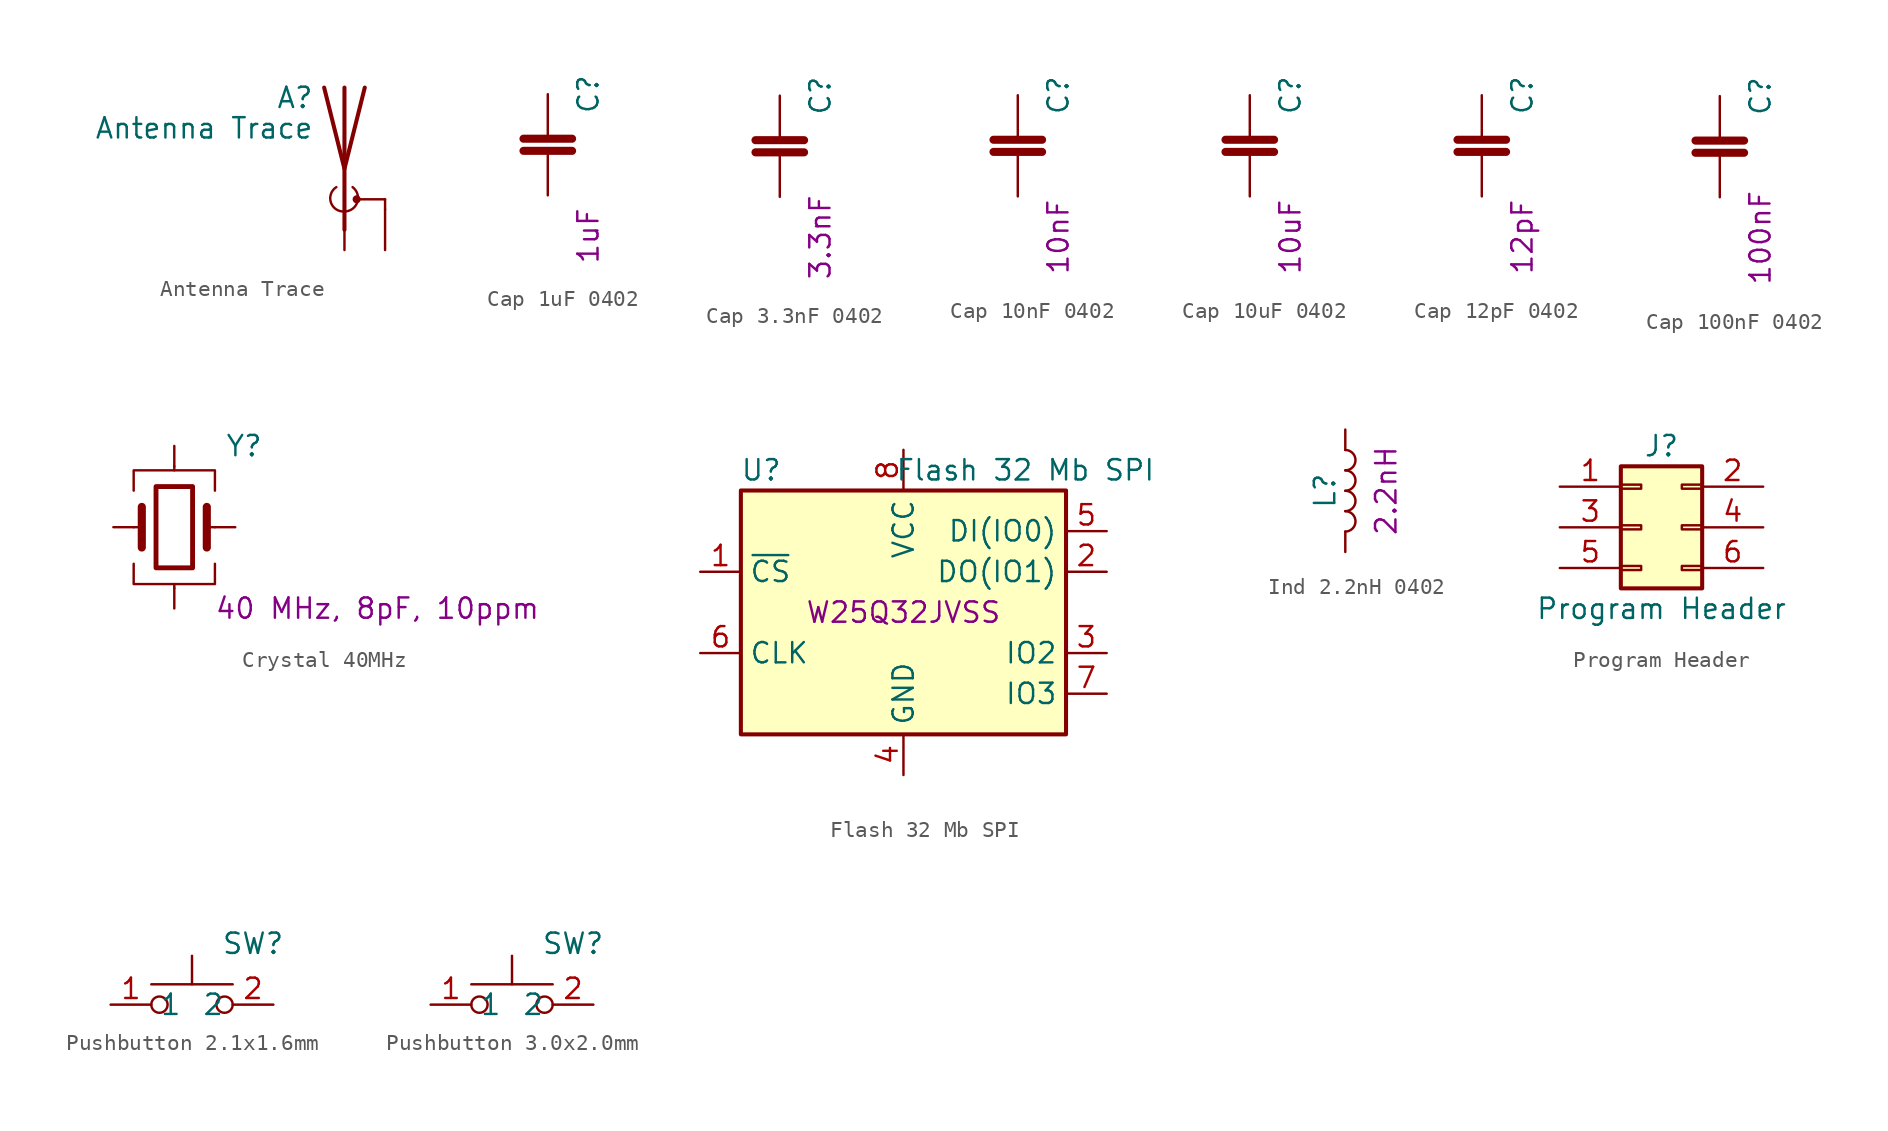
<source format=kicad_sym>
(kicad_symbol_lib
  (version 20211014)
  (generator kicad_symbol_editor)
  (symbol "Antenna Trace"
    (pin_numbers hide)
    (pin_names
      (offset 1.016) hide)
    (property "Reference" "A"
      (at -1.905 4.445 0)
      (effects (font (size 1.27 1.27)) (justify right)))
    (property "Value" "Antenna Trace"
      (at -1.905 2.54 0)
      (effects (font (size 1.27 1.27)) (justify right)))
    (symbol "Antenna Trace_0_1"
      (arc (start -0.508 -1.143) (mid -0.8485 -2.1032) (end 0 -2.667) (stroke (width 0) (type default) (color 0 0 0 0)) (fill (type none)))
      (arc (start 0 -2.667) (mid 0.8047 -2.0885) (end 0.508 -1.143) (stroke (width 0) (type default) (color 0 0 0 0)) (fill (type none)))
      (polyline (pts (xy 0 -2.54) (xy 0 0)) (stroke (width 0) (type default) (color 0 0 0 0)) (fill (type none)))
      (polyline (pts (xy 0 5.08) (xy 0 -3.81)) (stroke (width 0.254) (type default) (color 0 0 0 0)) (fill (type none)))
      (polyline (pts (xy 0.762 -1.905) (xy 2.54 -1.905)) (stroke (width 0) (type default) (color 0 0 0 0)) (fill (type none)))
      (polyline (pts (xy 2.54 -2.54) (xy 2.54 -1.905)) (stroke (width 0) (type default) (color 0 0 0 0)) (fill (type none)))
      (polyline (pts (xy 1.27 5.08) (xy 0 0) (xy -1.27 5.08)) (stroke (width 0.254) (type default) (color 0 0 0 0)) (fill (type none)))
      (circle (center 0.762 -1.905) (radius 0.178) (stroke (width 0) (type default) (color 0 0 0 0)) (fill (type outline))))
    (symbol "Antenna Trace_1_1"
      (pin input line (at 0 -5.08 90) (length 2.54) (name "A" (effects (font (size 1.27 1.27)))) (number "1" (effects (font (size 1.27 1.27)))))
      (pin input line (at 2.54 -5.08 90) (length 2.54) (name "Shield" (effects (font (size 1.27 1.27)))) (number "2" (effects (font (size 1.27 1.27)))))))
  (symbol "Cap 1uF 0402"
    (pin_numbers hide)
    (pin_names
      (offset 0.254))
    (property "Reference" "C"
      (at 2.54 3.81 90)
      (effects (font (size 1.27 1.27))))
    (property "Val" "1uF"
      (at 2.54 -5.08 90)
      (effects (font (size 1.27 1.27))))
    (symbol "Cap 1uF 0402_0_1"
      (polyline (pts (xy -1.524 0.254) (xy 1.524 0.254)) (stroke (width 0.508) (type default) (color 0 0 0 0)) (fill (type none)))
      (polyline (pts (xy -1.524 1.016) (xy 1.524 1.016)) (stroke (width 0.508) (type default) (color 0 0 0 0)) (fill (type none))))
    (symbol "Cap 1uF 0402_1_1"
      (pin passive line (at 0 3.81 270) (length 2.794) (name "~" (effects (font (size 1.27 1.27)))) (number "1" (effects (font (size 1.27 1.27)))))
      (pin passive line (at 0 -2.54 90) (length 2.54) (name "~" (effects (font (size 1.27 1.27)))) (number "2" (effects (font (size 1.27 1.27)))))))
  (symbol "Cap 3.3nF 0402"
    (pin_numbers hide)
    (pin_names
      (offset 0.254))
    (property "Reference" "C"
      (at 2.54 3.81 90)
      (effects (font (size 1.27 1.27))))
    (property "Val" "3.3nF"
      (at 2.54 -5.08 90)
      (effects (font (size 1.27 1.27))))
    (symbol "Cap 3.3nF 0402_0_1"
      (polyline (pts (xy -1.524 0.254) (xy 1.524 0.254)) (stroke (width 0.508) (type default) (color 0 0 0 0)) (fill (type none)))
      (polyline (pts (xy -1.524 1.016) (xy 1.524 1.016)) (stroke (width 0.508) (type default) (color 0 0 0 0)) (fill (type none))))
    (symbol "Cap 3.3nF 0402_1_1"
      (pin passive line (at 0 3.81 270) (length 2.794) (name "~" (effects (font (size 1.27 1.27)))) (number "1" (effects (font (size 1.27 1.27)))))
      (pin passive line (at 0 -2.54 90) (length 2.54) (name "~" (effects (font (size 1.27 1.27)))) (number "2" (effects (font (size 1.27 1.27)))))))
  (symbol "Cap 10nF 0402"
    (pin_numbers hide)
    (pin_names
      (offset 0.254))
    (property "Reference" "C"
      (at 2.54 3.81 90)
      (effects (font (size 1.27 1.27))))
    (property "Val" "10nF"
      (at 2.54 -5.08 90)
      (effects (font (size 1.27 1.27))))
    (symbol "Cap 10nF 0402_0_1"
      (polyline (pts (xy -1.524 0.254) (xy 1.524 0.254)) (stroke (width 0.508) (type default) (color 0 0 0 0)) (fill (type none)))
      (polyline (pts (xy -1.524 1.016) (xy 1.524 1.016)) (stroke (width 0.508) (type default) (color 0 0 0 0)) (fill (type none))))
    (symbol "Cap 10nF 0402_1_1"
      (pin passive line (at 0 3.81 270) (length 2.794) (name "~" (effects (font (size 1.27 1.27)))) (number "1" (effects (font (size 1.27 1.27)))))
      (pin passive line (at 0 -2.54 90) (length 2.54) (name "~" (effects (font (size 1.27 1.27)))) (number "2" (effects (font (size 1.27 1.27)))))))
  (symbol "Cap 10uF 0402"
    (pin_numbers hide)
    (pin_names
      (offset 0.254))
    (property "Reference" "C"
      (at 2.54 3.81 90)
      (effects (font (size 1.27 1.27))))
    (property "Val" "10uF"
      (at 2.54 -5.08 90)
      (effects (font (size 1.27 1.27))))
    (symbol "Cap 10uF 0402_0_1"
      (polyline (pts (xy -1.524 0.254) (xy 1.524 0.254)) (stroke (width 0.508) (type default) (color 0 0 0 0)) (fill (type none)))
      (polyline (pts (xy -1.524 1.016) (xy 1.524 1.016)) (stroke (width 0.508) (type default) (color 0 0 0 0)) (fill (type none))))
    (symbol "Cap 10uF 0402_1_1"
      (pin passive line (at 0 3.81 270) (length 2.794) (name "~" (effects (font (size 1.27 1.27)))) (number "1" (effects (font (size 1.27 1.27)))))
      (pin passive line (at 0 -2.54 90) (length 2.54) (name "~" (effects (font (size 1.27 1.27)))) (number "2" (effects (font (size 1.27 1.27)))))))
  (symbol "Cap 12pF 0402"
    (pin_numbers hide)
    (pin_names
      (offset 0.254))
    (property "Reference" "C"
      (at 2.54 3.81 90)
      (effects (font (size 1.27 1.27))))
    (property "Val" "12pF"
      (at 2.54 -5.08 90)
      (effects (font (size 1.27 1.27))))
    (symbol "Cap 12pF 0402_0_1"
      (polyline (pts (xy -1.524 0.254) (xy 1.524 0.254)) (stroke (width 0.508) (type default) (color 0 0 0 0)) (fill (type none)))
      (polyline (pts (xy -1.524 1.016) (xy 1.524 1.016)) (stroke (width 0.508) (type default) (color 0 0 0 0)) (fill (type none))))
    (symbol "Cap 12pF 0402_1_1"
      (pin passive line (at 0 3.81 270) (length 2.794) (name "~" (effects (font (size 1.27 1.27)))) (number "1" (effects (font (size 1.27 1.27)))))
      (pin passive line (at 0 -2.54 90) (length 2.54) (name "~" (effects (font (size 1.27 1.27)))) (number "2" (effects (font (size 1.27 1.27)))))))
  (symbol "Cap 100nF 0402"
    (pin_numbers hide)
    (pin_names
      (offset 0.254))
    (property "Reference" "C"
      (at 2.54 3.81 90)
      (effects (font (size 1.27 1.27))))
    (property "Val" "100nF"
      (at 2.54 -5.08 90)
      (effects (font (size 1.27 1.27))))
    (symbol "Cap 100nF 0402_0_1"
      (polyline (pts (xy -1.524 0.254) (xy 1.524 0.254)) (stroke (width 0.508) (type default) (color 0 0 0 0)) (fill (type none)))
      (polyline (pts (xy -1.524 1.016) (xy 1.524 1.016)) (stroke (width 0.508) (type default) (color 0 0 0 0)) (fill (type none))))
    (symbol "Cap 100nF 0402_1_1"
      (pin passive line (at 0 3.81 270) (length 2.794) (name "~" (effects (font (size 1.27 1.27)))) (number "1" (effects (font (size 1.27 1.27)))))
      (pin passive line (at 0 -2.54 90) (length 2.54) (name "~" (effects (font (size 1.27 1.27)))) (number "2" (effects (font (size 1.27 1.27)))))))
  (symbol "Crystal 40MHz"
    (pin_numbers hide)
    (pin_names
      (offset 1.016) hide)
    (property "Reference" "Y"
      (at 3.175 5.08 0)
      (effects (font (size 1.27 1.27)) (justify left)))
    (property "Val" "40 MHz, 8pF, 10ppm"
      (at 12.7 -5.08 0)
      (effects (font (size 1.27 1.27))))
    (symbol "Crystal 40MHz_0_1"
      (rectangle (start -1.143 2.54) (end 1.143 -2.54) (stroke (width 0.305) (type default) (color 0 0 0 0)) (fill (type none)))
      (polyline (pts (xy -2.54 0) (xy -2.032 0)) (stroke (width 0) (type default) (color 0 0 0 0)) (fill (type none)))
      (polyline (pts (xy -2.032 -1.27) (xy -2.032 1.27)) (stroke (width 0.508) (type default) (color 0 0 0 0)) (fill (type none)))
      (polyline (pts (xy 0 -3.81) (xy 0 -3.556)) (stroke (width 0) (type default) (color 0 0 0 0)) (fill (type none)))
      (polyline (pts (xy 0 3.556) (xy 0 3.81)) (stroke (width 0) (type default) (color 0 0 0 0)) (fill (type none)))
      (polyline (pts (xy 2.032 -1.27) (xy 2.032 1.27)) (stroke (width 0.508) (type default) (color 0 0 0 0)) (fill (type none)))
      (polyline (pts (xy 2.032 0) (xy 2.54 0)) (stroke (width 0) (type default) (color 0 0 0 0)) (fill (type none)))
      (polyline (pts (xy -2.54 -2.286) (xy -2.54 -3.556) (xy 2.54 -3.556) (xy 2.54 -2.286)) (stroke (width 0) (type default) (color 0 0 0 0)) (fill (type none)))
      (polyline (pts (xy -2.54 2.286) (xy -2.54 3.556) (xy 2.54 3.556) (xy 2.54 2.286)) (stroke (width 0) (type default) (color 0 0 0 0)) (fill (type none))))
    (symbol "Crystal 40MHz_1_1"
      (pin passive line (at -3.81 0 0) (length 1.27) (name "1" (effects (font (size 1.27 1.27)))) (number "1" (effects (font (size 1.27 1.27)))))
      (pin passive line (at 0 5.08 270) (length 1.27) (name "2" (effects (font (size 1.27 1.27)))) (number "2" (effects (font (size 1.27 1.27)))))
      (pin passive line (at 3.81 0 180) (length 1.27) (name "3" (effects (font (size 1.27 1.27)))) (number "3" (effects (font (size 1.27 1.27)))))
      (pin passive line (at 0 -5.08 90) (length 1.27) (name "4" (effects (font (size 1.27 1.27)))) (number "4" (effects (font (size 1.27 1.27)))))))
  (symbol "Flash 32 Mb SPI"
    (property "Reference" "U"
      (at -8.89 8.89 0)
      (effects (font (size 1.27 1.27))))
    (property "Value" "Flash 32 Mb SPI"
      (at 7.62 8.89 0)
      (effects (font (size 1.27 1.27))))
    (property "Val" "W25Q32JVSS"
      (at 0 0 0)
      (effects (font (size 1.27 1.27))))
    (symbol "Flash 32 Mb SPI_0_1"
      (rectangle (start -10.16 7.62) (end 10.16 -7.62) (stroke (width 0.254) (type default) (color 0 0 0 0)) (fill (type background))))
    (symbol "Flash 32 Mb SPI_1_1"
      (pin input line (at -12.7 2.54 0) (length 2.54) (name "~{CS}" (effects (font (size 1.27 1.27)))) (number "1" (effects (font (size 1.27 1.27)))))
      (pin bidirectional line (at 12.7 2.54 180) (length 2.54) (name "DO(IO1)" (effects (font (size 1.27 1.27)))) (number "2" (effects (font (size 1.27 1.27)))))
      (pin bidirectional line (at 12.7 -2.54 180) (length 2.54) (name "IO2" (effects (font (size 1.27 1.27)))) (number "3" (effects (font (size 1.27 1.27)))))
      (pin power_in line (at 0 -10.16 90) (length 2.54) (name "GND" (effects (font (size 1.27 1.27)))) (number "4" (effects (font (size 1.27 1.27)))))
      (pin bidirectional line (at 12.7 5.08 180) (length 2.54) (name "DI(IO0)" (effects (font (size 1.27 1.27)))) (number "5" (effects (font (size 1.27 1.27)))))
      (pin input line (at -12.7 -2.54 0) (length 2.54) (name "CLK" (effects (font (size 1.27 1.27)))) (number "6" (effects (font (size 1.27 1.27)))))
      (pin bidirectional line (at 12.7 -5.08 180) (length 2.54) (name "IO3" (effects (font (size 1.27 1.27)))) (number "7" (effects (font (size 1.27 1.27)))))
      (pin power_in line (at 0 10.16 270) (length 2.54) (name "VCC" (effects (font (size 1.27 1.27)))) (number "8" (effects (font (size 1.27 1.27)))))))
  (symbol "Ind 2.2nH 0402"
    (pin_numbers hide)
    (pin_names
      (offset 1.016) hide)
    (property "Reference" "L"
      (at -1.27 0 90)
      (effects (font (size 1.27 1.27))))
    (property "Val" "2.2nH"
      (at 2.54 0 90)
      (effects (font (size 1.27 1.27))))
    (symbol "Ind 2.2nH 0402_0_1"
      (arc (start 0 -2.54) (mid 0.635 -1.905) (end 0 -1.27) (stroke (width 0) (type default) (color 0 0 0 0)) (fill (type none)))
      (arc (start 0 -1.27) (mid 0.635 -0.635) (end 0 0) (stroke (width 0) (type default) (color 0 0 0 0)) (fill (type none)))
      (arc (start 0 0) (mid 0.635 0.635) (end 0 1.27) (stroke (width 0) (type default) (color 0 0 0 0)) (fill (type none)))
      (arc (start 0 1.27) (mid 0.635 1.905) (end 0 2.54) (stroke (width 0) (type default) (color 0 0 0 0)) (fill (type none))))
    (symbol "Ind 2.2nH 0402_1_1"
      (pin passive line (at 0 3.81 270) (length 1.27) (name "1" (effects (font (size 1.27 1.27)))) (number "1" (effects (font (size 1.27 1.27)))))
      (pin passive line (at 0 -3.81 90) (length 1.27) (name "2" (effects (font (size 1.27 1.27)))) (number "2" (effects (font (size 1.27 1.27)))))))
  (symbol "Program Header"
    (pin_names
      (offset 1.016) hide)
    (property "Reference" "J"
      (at 1.27 5.08 0)
      (effects (font (size 1.27 1.27))))
    (property "Value" "Program Header"
      (at 1.27 -5.08 0)
      (effects (font (size 1.27 1.27))))
    (symbol "Program Header_1_1"
      (rectangle (start -1.27 -2.413) (end 0 -2.667) (stroke (width 0.152) (type default) (color 0 0 0 0)) (fill (type none)))
      (rectangle (start -1.27 0.127) (end 0 -0.127) (stroke (width 0.152) (type default) (color 0 0 0 0)) (fill (type none)))
      (rectangle (start -1.27 2.667) (end 0 2.413) (stroke (width 0.152) (type default) (color 0 0 0 0)) (fill (type none)))
      (rectangle (start -1.27 3.81) (end 3.81 -3.81) (stroke (width 0.254) (type default) (color 0 0 0 0)) (fill (type background)))
      (rectangle (start 3.81 -2.413) (end 2.54 -2.667) (stroke (width 0.152) (type default) (color 0 0 0 0)) (fill (type none)))
      (rectangle (start 3.81 0.127) (end 2.54 -0.127) (stroke (width 0.152) (type default) (color 0 0 0 0)) (fill (type none)))
      (rectangle (start 3.81 2.667) (end 2.54 2.413) (stroke (width 0.152) (type default) (color 0 0 0 0)) (fill (type none)))
      (pin passive line (at -5.08 2.54 0) (length 3.81) (name "Pin_1" (effects (font (size 1.27 1.27)))) (number "1" (effects (font (size 1.27 1.27)))))
      (pin passive line (at 7.62 2.54 180) (length 3.81) (name "Pin_2" (effects (font (size 1.27 1.27)))) (number "2" (effects (font (size 1.27 1.27)))))
      (pin passive line (at -5.08 0 0) (length 3.81) (name "Pin_3" (effects (font (size 1.27 1.27)))) (number "3" (effects (font (size 1.27 1.27)))))
      (pin passive line (at 7.62 0 180) (length 3.81) (name "Pin_4" (effects (font (size 1.27 1.27)))) (number "4" (effects (font (size 1.27 1.27)))))
      (pin passive line (at -5.08 -2.54 0) (length 3.81) (name "Pin_5" (effects (font (size 1.27 1.27)))) (number "5" (effects (font (size 1.27 1.27)))))
      (pin passive line (at 7.62 -2.54 180) (length 3.81) (name "Pin_6" (effects (font (size 1.27 1.27)))) (number "6" (effects (font (size 1.27 1.27)))))))
  (symbol "Pushbutton 2.1x1.6mm"
    (property "Reference" "SW"
      (at 3.81 3.81 0)
      (effects (font (size 1.27 1.27))))
    (symbol "Pushbutton 2.1x1.6mm_0_1"
      (circle (center -2.032 0) (radius 0.508) (stroke (width 0) (type default) (color 0 0 0 0)) (fill (type none)))
      (polyline (pts (xy 0 1.27) (xy 0 3.048)) (stroke (width 0) (type default) (color 0 0 0 0)) (fill (type none)))
      (polyline (pts (xy 2.54 1.27) (xy -2.54 1.27)) (stroke (width 0) (type default) (color 0 0 0 0)) (fill (type none)))
      (circle (center 2.032 0) (radius 0.508) (stroke (width 0) (type default) (color 0 0 0 0)) (fill (type none)))
      (pin passive line (at -5.08 0 0) (length 2.54) (name "1" (effects (font (size 1.27 1.27)))) (number "1" (effects (font (size 1.27 1.27)))))
      (pin passive line (at 5.08 0 180) (length 2.54) (name "2" (effects (font (size 1.27 1.27)))) (number "2" (effects (font (size 1.27 1.27)))))))
  (symbol "Pushbutton 3.0x2.0mm"
    (property "Reference" "SW"
      (at 3.81 3.81 0)
      (effects (font (size 1.27 1.27))))
    (symbol "Pushbutton 3.0x2.0mm_0_1"
      (circle (center -2.032 0) (radius 0.508) (stroke (width 0) (type default) (color 0 0 0 0)) (fill (type none)))
      (polyline (pts (xy 0 1.27) (xy 0 3.048)) (stroke (width 0) (type default) (color 0 0 0 0)) (fill (type none)))
      (polyline (pts (xy 2.54 1.27) (xy -2.54 1.27)) (stroke (width 0) (type default) (color 0 0 0 0)) (fill (type none)))
      (circle (center 2.032 0) (radius 0.508) (stroke (width 0) (type default) (color 0 0 0 0)) (fill (type none)))
      (pin passive line (at -5.08 0 0) (length 2.54) (name "1" (effects (font (size 1.27 1.27)))) (number "1" (effects (font (size 1.27 1.27)))))
      (pin passive line (at 5.08 0 180) (length 2.54) (name "2" (effects (font (size 1.27 1.27)))) (number "2" (effects (font (size 1.27 1.27))))))))
</source>
